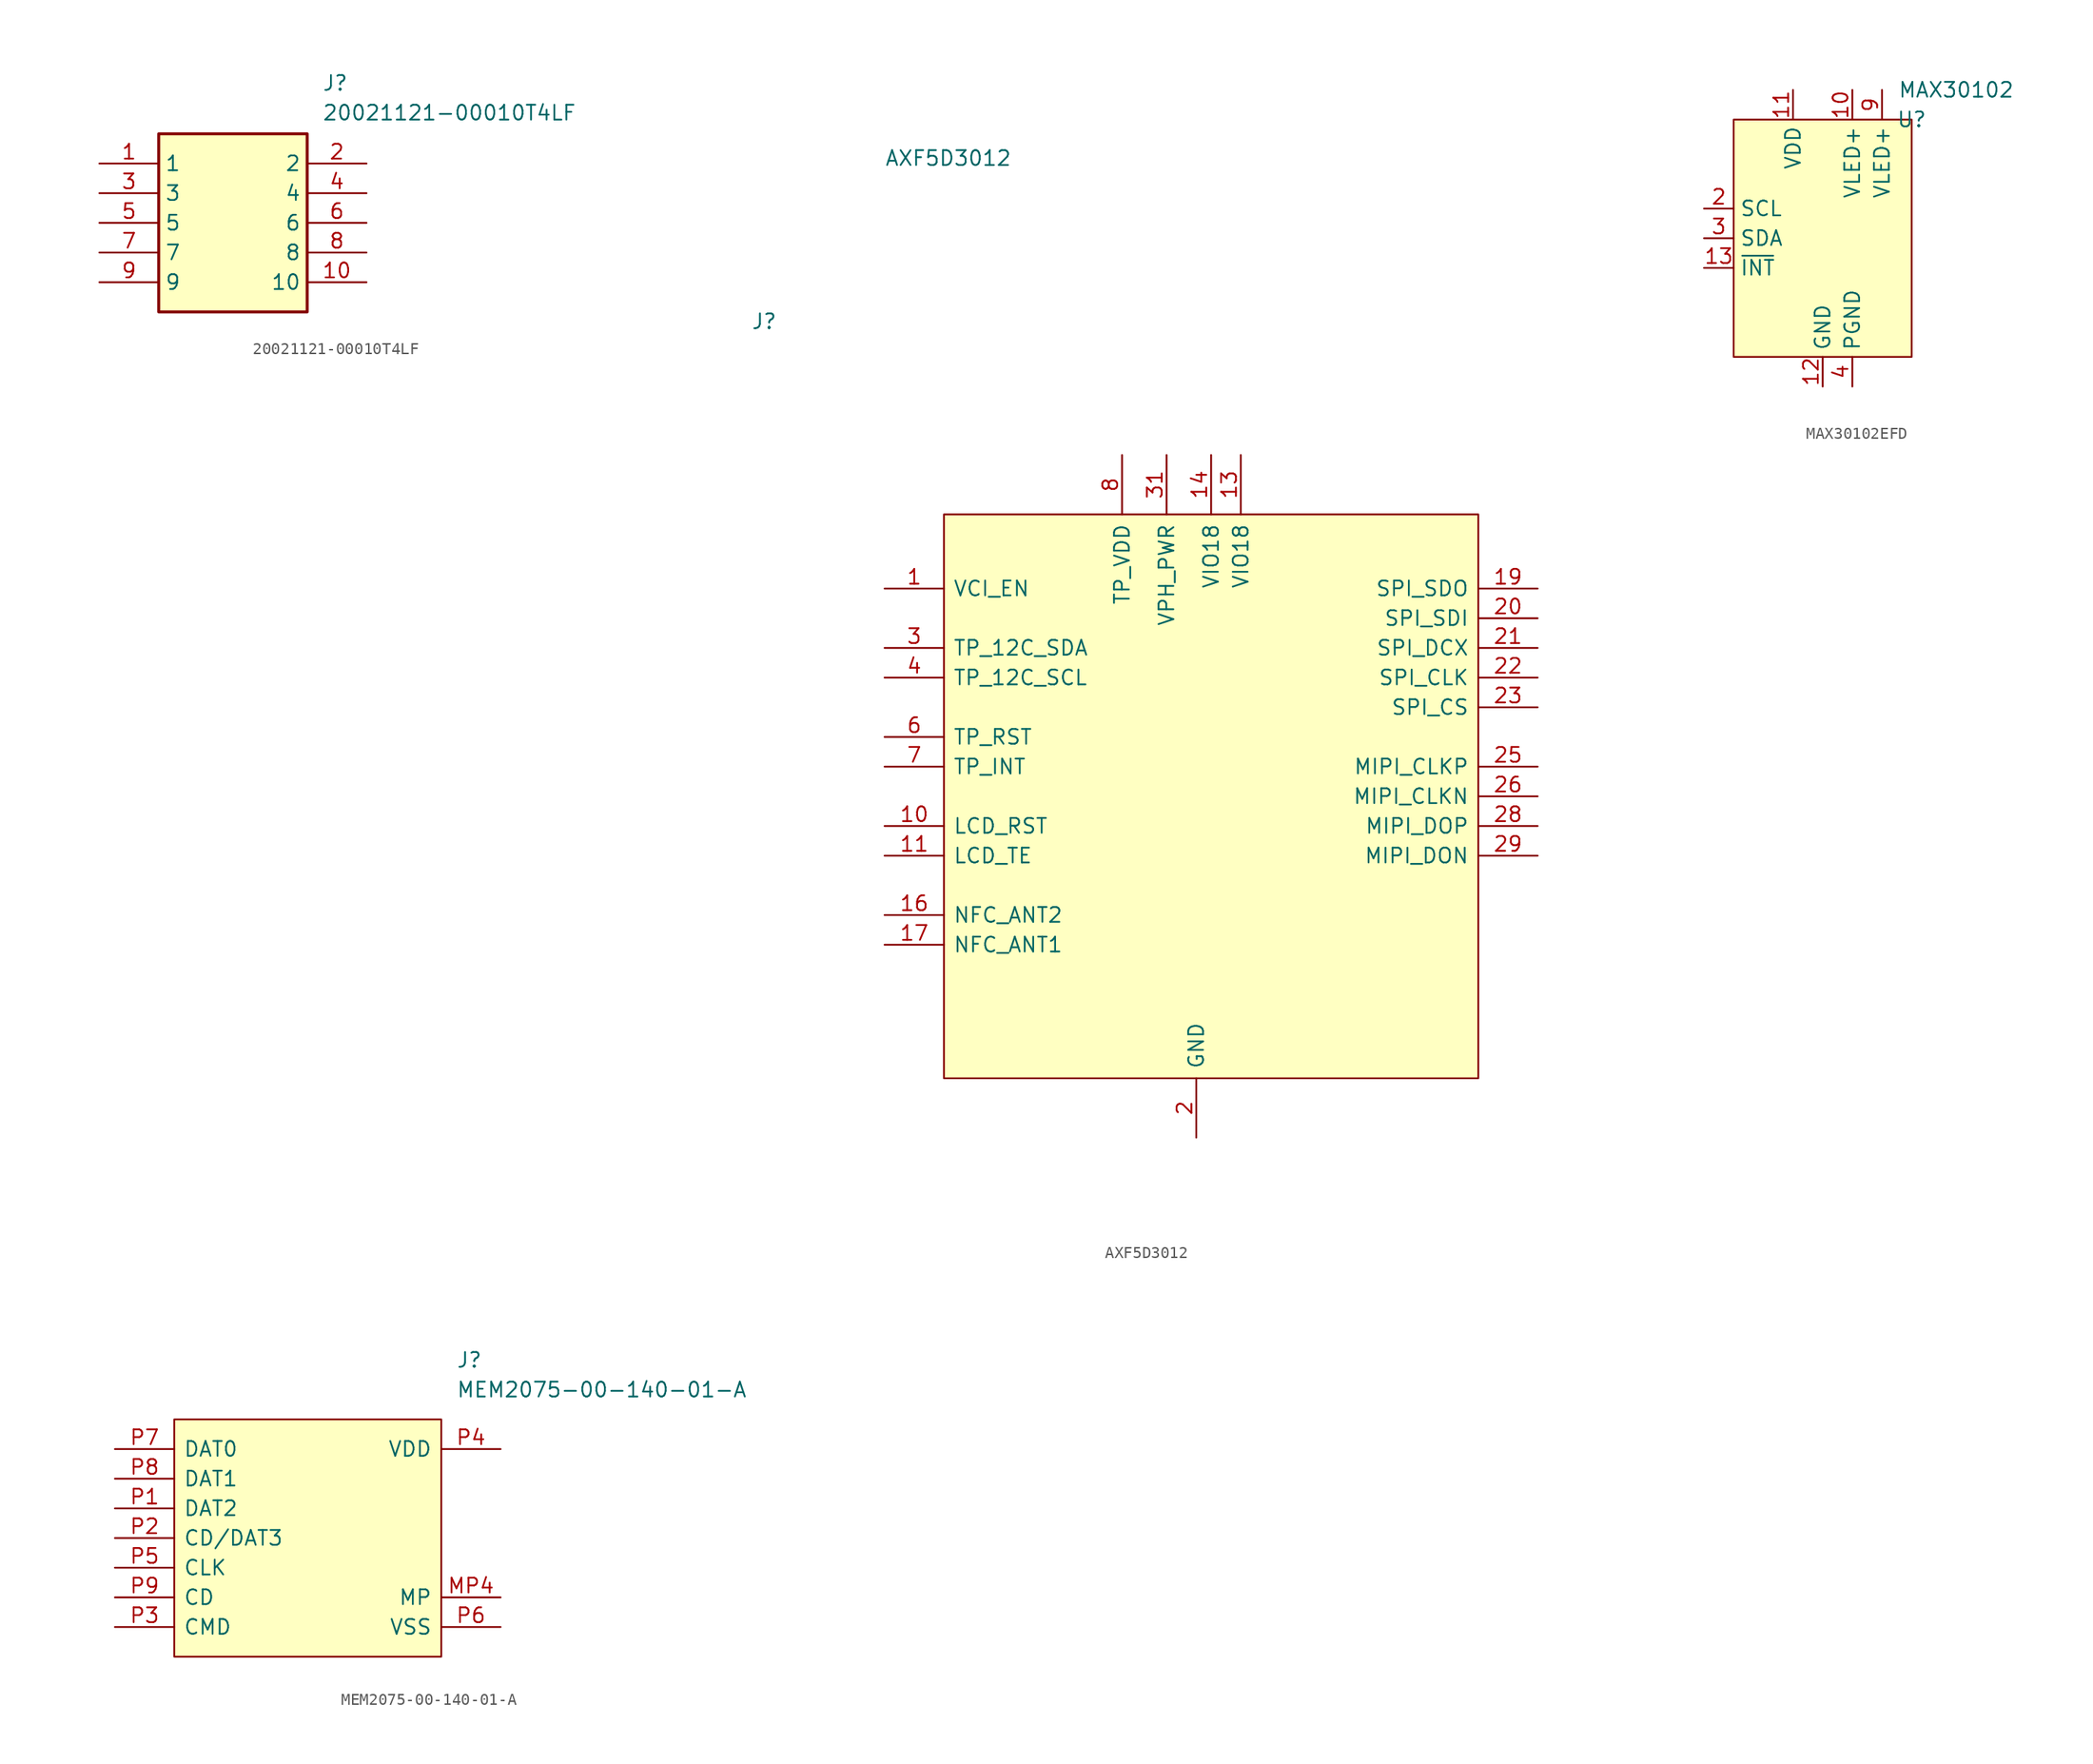
<source format=kicad_sym>
(kicad_symbol_lib
  (version 20220914)
  (generator kicad_symbol_editor)
  (symbol "20021121-00010T4LF"
    (property "Reference" "J"
      (at 19.05 7.62 0)
      (effects (font (size 1.27 1.27)) (justify left top)))
    (property "Value" "20021121-00010T4LF"
      (at 19.05 5.08 0)
      (effects (font (size 1.27 1.27)) (justify left top)))
    (symbol "20021121-00010T4LF_1_1"
      (rectangle (start 5.08 2.54) (end 17.78 -12.7) (stroke (width 0.254) (type default)) (fill (type background)))
      (pin passive line (at 0 0 0) (length 5.08) (name "1" (effects (font (size 1.27 1.27)))) (number "1" (effects (font (size 1.27 1.27)))))
      (pin passive line (at 22.86 -10.16 180) (length 5.08) (name "10" (effects (font (size 1.27 1.27)))) (number "10" (effects (font (size 1.27 1.27)))))
      (pin passive line (at 22.86 0 180) (length 5.08) (name "2" (effects (font (size 1.27 1.27)))) (number "2" (effects (font (size 1.27 1.27)))))
      (pin passive line (at 0 -2.54 0) (length 5.08) (name "3" (effects (font (size 1.27 1.27)))) (number "3" (effects (font (size 1.27 1.27)))))
      (pin passive line (at 22.86 -2.54 180) (length 5.08) (name "4" (effects (font (size 1.27 1.27)))) (number "4" (effects (font (size 1.27 1.27)))))
      (pin passive line (at 0 -5.08 0) (length 5.08) (name "5" (effects (font (size 1.27 1.27)))) (number "5" (effects (font (size 1.27 1.27)))))
      (pin passive line (at 22.86 -5.08 180) (length 5.08) (name "6" (effects (font (size 1.27 1.27)))) (number "6" (effects (font (size 1.27 1.27)))))
      (pin passive line (at 0 -7.62 0) (length 5.08) (name "7" (effects (font (size 1.27 1.27)))) (number "7" (effects (font (size 1.27 1.27)))))
      (pin passive line (at 22.86 -7.62 180) (length 5.08) (name "8" (effects (font (size 1.27 1.27)))) (number "8" (effects (font (size 1.27 1.27)))))
      (pin passive line (at 0 -10.16 0) (length 5.08) (name "9" (effects (font (size 1.27 1.27)))) (number "9" (effects (font (size 1.27 1.27)))))))
  (symbol "AXF5D3012"
    (pin_names
      (offset 0.762))
    (property "Reference" "J"
      (at -11.43 16.51 0)
      (effects (font (size 1.27 1.27)) (justify left)))
    (property "Value" "AXF5D3012"
      (at 0 30.48 0)
      (effects (font (size 1.27 1.27)) (justify left)))
    (symbol "AXF5D3012_0_0"
      (pin passive line (at 0 -6.35 0) (length 5.08) (name "VCI_EN" (effects (font (size 1.27 1.27)))) (number "1" (effects (font (size 1.27 1.27)))))
      (pin passive line (at 0 -26.67 0) (length 5.08) (name "LCD_RST" (effects (font (size 1.27 1.27)))) (number "10" (effects (font (size 1.27 1.27)))))
      (pin passive line (at 0 -29.21 0) (length 5.08) (name "LCD_TE" (effects (font (size 1.27 1.27)))) (number "11" (effects (font (size 1.27 1.27)))))
      (pin passive line (at 30.48 5.08 270) (length 5.08) (name "VIO18" (effects (font (size 1.27 1.27)))) (number "13" (effects (font (size 1.27 1.27)))))
      (pin passive line (at 27.94 5.08 270) (length 5.08) (name "VIO18" (effects (font (size 1.27 1.27)))) (number "14" (effects (font (size 1.27 1.27)))))
      (pin passive line (at 0 -34.29 0) (length 5.08) (name "NFC_ANT2" (effects (font (size 1.27 1.27)))) (number "16" (effects (font (size 1.27 1.27)))))
      (pin passive line (at 0 -36.83 0) (length 5.08) (name "NFC_ANT1" (effects (font (size 1.27 1.27)))) (number "17" (effects (font (size 1.27 1.27)))))
      (pin passive line (at 55.88 -6.35 180) (length 5.08) (name "SPI_SDO" (effects (font (size 1.27 1.27)))) (number "19" (effects (font (size 1.27 1.27)))))
      (pin passive line (at 26.67 -53.34 90) (length 5.08) (name "GND" (effects (font (size 1.27 1.27)))) (number "2" (effects (font (size 1.27 1.27)))))
      (pin passive line (at 55.88 -8.89 180) (length 5.08) (name "SPI_SDI" (effects (font (size 1.27 1.27)))) (number "20" (effects (font (size 1.27 1.27)))))
      (pin passive line (at 55.88 -11.43 180) (length 5.08) (name "SPI_DCX" (effects (font (size 1.27 1.27)))) (number "21" (effects (font (size 1.27 1.27)))))
      (pin passive line (at 55.88 -13.97 180) (length 5.08) (name "SPI_CLK" (effects (font (size 1.27 1.27)))) (number "22" (effects (font (size 1.27 1.27)))))
      (pin passive line (at 55.88 -16.51 180) (length 5.08) (name "SPI_CS" (effects (font (size 1.27 1.27)))) (number "23" (effects (font (size 1.27 1.27)))))
      (pin passive line (at 55.88 -21.59 180) (length 5.08) (name "MIPI_CLKP" (effects (font (size 1.27 1.27)))) (number "25" (effects (font (size 1.27 1.27)))))
      (pin passive line (at 55.88 -24.13 180) (length 5.08) (name "MIPI_CLKN" (effects (font (size 1.27 1.27)))) (number "26" (effects (font (size 1.27 1.27)))))
      (pin passive line (at 55.88 -26.67 180) (length 5.08) (name "MIPI_DOP" (effects (font (size 1.27 1.27)))) (number "28" (effects (font (size 1.27 1.27)))))
      (pin passive line (at 55.88 -29.21 180) (length 5.08) (name "MIPI_DON" (effects (font (size 1.27 1.27)))) (number "29" (effects (font (size 1.27 1.27)))))
      (pin passive line (at 0 -11.43 0) (length 5.08) (name "TP_12C_SDA" (effects (font (size 1.27 1.27)))) (number "3" (effects (font (size 1.27 1.27)))))
      (pin passive line (at 24.13 5.08 270) (length 5.08) (name "VPH_PWR" (effects (font (size 1.27 1.27)))) (number "31" (effects (font (size 1.27 1.27)))))
      (pin passive line (at 0 -13.97 0) (length 5.08) (name "TP_12C_SCL" (effects (font (size 1.27 1.27)))) (number "4" (effects (font (size 1.27 1.27)))))
      (pin passive line (at 0 -19.05 0) (length 5.08) (name "TP_RST" (effects (font (size 1.27 1.27)))) (number "6" (effects (font (size 1.27 1.27)))))
      (pin passive line (at 0 -21.59 0) (length 5.08) (name "TP_INT" (effects (font (size 1.27 1.27)))) (number "7" (effects (font (size 1.27 1.27)))))
      (pin passive line (at 20.32 5.08 270) (length 5.08) (name "TP_VDD" (effects (font (size 1.27 1.27)))) (number "8" (effects (font (size 1.27 1.27))))))
    (symbol "AXF5D3012_0_1"
      (polyline (pts (xy 5.08 0) (xy 50.8 0) (xy 50.8 -48.26) (xy 5.08 -48.26) (xy 5.08 0)) (stroke (width 0.152) (type solid)) (fill (type background))))
    (symbol "AXF5D3012_1_0"
      (pin passive line (at 26.67 -53.34 90) (length 5.08) hide (name "GND" (effects (font (size 1.27 1.27)))) (number "12" (effects (font (size 1.27 1.27)))))
      (pin passive line (at 55.88 -45.72 180) (length 5.08) hide (name "NC" (effects (font (size 1.27 1.27)))) (number "15" (effects (font (size 1.27 1.27)))))
      (pin passive line (at 26.67 -53.34 90) (length 5.08) hide (name "GND" (effects (font (size 1.27 1.27)))) (number "18" (effects (font (size 1.27 1.27)))))
      (pin passive line (at 26.67 -53.34 90) (length 5.08) hide (name "GND" (effects (font (size 1.27 1.27)))) (number "24" (effects (font (size 1.27 1.27)))))
      (pin passive line (at 26.67 -53.34 90) (length 5.08) hide (name "GND" (effects (font (size 1.27 1.27)))) (number "27" (effects (font (size 1.27 1.27)))))
      (pin passive line (at 26.67 -53.34 90) (length 5.08) hide (name "GND" (effects (font (size 1.27 1.27)))) (number "30" (effects (font (size 1.27 1.27)))))
      (pin passive line (at 26.67 -53.34 90) (length 5.08) hide (name "GND" (effects (font (size 1.27 1.27)))) (number "33" (effects (font (size 1.27 1.27)))))
      (pin passive line (at 26.67 -53.34 90) (length 5.08) hide (name "GND" (effects (font (size 1.27 1.27)))) (number "34" (effects (font (size 1.27 1.27)))))
      (pin passive line (at 55.88 -45.72 180) (length 5.08) hide (name "NC" (effects (font (size 1.27 1.27)))) (number "5" (effects (font (size 1.27 1.27)))))
      (pin passive line (at 26.67 -53.34 90) (length 5.08) hide (name "GND" (effects (font (size 1.27 1.27)))) (number "9" (effects (font (size 1.27 1.27)))))))
  (symbol "MAX30102EFD"
    (property "Reference" "U"
      (at 7.62 7.62 0)
      (effects (font (size 1.27 1.27))))
    (property "Value" "MAX30102"
      (at 11.43 10.16 0)
      (effects (font (size 1.27 1.27))))
    (symbol "MAX30102EFD_0_0"
      (pin unspecified line (at 2.54 10.16 270) (length 2.54) (name "VLED+" (effects (font (size 1.27 1.27)))) (number "10" (effects (font (size 1.27 1.27)))))
      (pin unspecified line (at -2.54 10.16 270) (length 2.54) (name "VDD" (effects (font (size 1.27 1.27)))) (number "11" (effects (font (size 1.27 1.27)))))
      (pin unspecified line (at 0 -15.24 90) (length 2.54) (name "GND" (effects (font (size 1.27 1.27)))) (number "12" (effects (font (size 1.27 1.27)))))
      (pin unspecified line (at -10.16 -5.08 0) (length 2.54) (name "~{INT}" (effects (font (size 1.27 1.27)))) (number "13" (effects (font (size 1.27 1.27)))))
      (pin unspecified line (at -10.16 0 0) (length 2.54) (name "SCL" (effects (font (size 1.27 1.27)))) (number "2" (effects (font (size 1.27 1.27)))))
      (pin unspecified line (at -10.16 -2.54 0) (length 2.54) (name "SDA" (effects (font (size 1.27 1.27)))) (number "3" (effects (font (size 1.27 1.27)))))
      (pin unspecified line (at 2.54 -15.24 90) (length 2.54) (name "PGND" (effects (font (size 1.27 1.27)))) (number "4" (effects (font (size 1.27 1.27)))))
      (pin unspecified line (at 5.08 10.16 270) (length 2.54) (name "VLED+" (effects (font (size 1.27 1.27)))) (number "9" (effects (font (size 1.27 1.27))))))
    (symbol "MAX30102EFD_1_0"
      (pin unspecified line (at -2.54 -15.24 90) (length 2.54) hide (name "NC" (effects (font (size 1.27 1.27)))) (number "1" (effects (font (size 1.27 1.27)))))
      (pin unspecified line (at -2.54 -15.24 90) (length 2.54) hide (name "NC" (effects (font (size 1.27 1.27)))) (number "14" (effects (font (size 1.27 1.27)))))
      (pin unspecified line (at -2.54 -15.24 90) (length 2.54) hide (name "NC" (effects (font (size 1.27 1.27)))) (number "5" (effects (font (size 1.27 1.27)))))
      (pin unspecified line (at -2.54 -15.24 90) (length 2.54) hide (name "NC" (effects (font (size 1.27 1.27)))) (number "6" (effects (font (size 1.27 1.27)))))
      (pin unspecified line (at -2.54 -15.24 90) (length 2.54) hide (name "NC" (effects (font (size 1.27 1.27)))) (number "7" (effects (font (size 1.27 1.27)))))
      (pin unspecified line (at -2.54 -15.24 90) (length 2.54) hide (name "NC" (effects (font (size 1.27 1.27)))) (number "8" (effects (font (size 1.27 1.27))))))
    (symbol "MAX30102EFD_1_1"
      (rectangle (start -7.62 7.62) (end 7.62 -12.7) (stroke (width 0) (type default)) (fill (type background)))))
  (symbol "MEM2075-00-140-01-A"
    (pin_names
      (offset 0.762))
    (property "Reference" "J"
      (at 29.21 7.62 0)
      (effects (font (size 1.27 1.27)) (justify left)))
    (property "Value" "MEM2075-00-140-01-A"
      (at 29.21 5.08 0)
      (effects (font (size 1.27 1.27)) (justify left)))
    (symbol "MEM2075-00-140-01-A_0_0"
      (pin passive line (at 33.02 -12.7 180) (length 5.08) hide (name "MP1" (effects (font (size 1.27 1.27)))) (number "MP1" (effects (font (size 1.27 1.27)))))
      (pin passive line (at 33.02 -12.7 180) (length 5.08) hide (name "MP2" (effects (font (size 1.27 1.27)))) (number "MP2" (effects (font (size 1.27 1.27)))))
      (pin passive line (at 33.02 -12.7 180) (length 5.08) hide (name "MP3" (effects (font (size 1.27 1.27)))) (number "MP3" (effects (font (size 1.27 1.27)))))
      (pin passive line (at 33.02 -12.7 180) (length 5.08) (name "MP" (effects (font (size 1.27 1.27)))) (number "MP4" (effects (font (size 1.27 1.27)))))
      (pin passive line (at 0 -5.08 0) (length 5.08) (name "DAT2" (effects (font (size 1.27 1.27)))) (number "P1" (effects (font (size 1.27 1.27)))))
      (pin passive line (at 0 -7.62 0) (length 5.08) (name "CD/DAT3" (effects (font (size 1.27 1.27)))) (number "P2" (effects (font (size 1.27 1.27)))))
      (pin passive line (at 0 -15.24 0) (length 5.08) (name "CMD" (effects (font (size 1.27 1.27)))) (number "P3" (effects (font (size 1.27 1.27)))))
      (pin passive line (at 33.02 0 180) (length 5.08) (name "VDD" (effects (font (size 1.27 1.27)))) (number "P4" (effects (font (size 1.27 1.27)))))
      (pin passive line (at 0 -10.16 0) (length 5.08) (name "CLK" (effects (font (size 1.27 1.27)))) (number "P5" (effects (font (size 1.27 1.27)))))
      (pin passive line (at 33.02 -15.24 180) (length 5.08) (name "VSS" (effects (font (size 1.27 1.27)))) (number "P6" (effects (font (size 1.27 1.27)))))
      (pin passive line (at 0 0 0) (length 5.08) (name "DAT0" (effects (font (size 1.27 1.27)))) (number "P7" (effects (font (size 1.27 1.27)))))
      (pin passive line (at 0 -2.54 0) (length 5.08) (name "DAT1" (effects (font (size 1.27 1.27)))) (number "P8" (effects (font (size 1.27 1.27)))))
      (pin passive line (at 0 -12.7 0) (length 5.08) (name "CD" (effects (font (size 1.27 1.27)))) (number "P9" (effects (font (size 1.27 1.27))))))
    (symbol "MEM2075-00-140-01-A_1_1"
      (polyline (pts (xy 5.08 2.54) (xy 27.94 2.54) (xy 27.94 -17.78) (xy 5.08 -17.78) (xy 5.08 2.54)) (stroke (width 0.152) (type solid)) (fill (type background))))))
</source>
